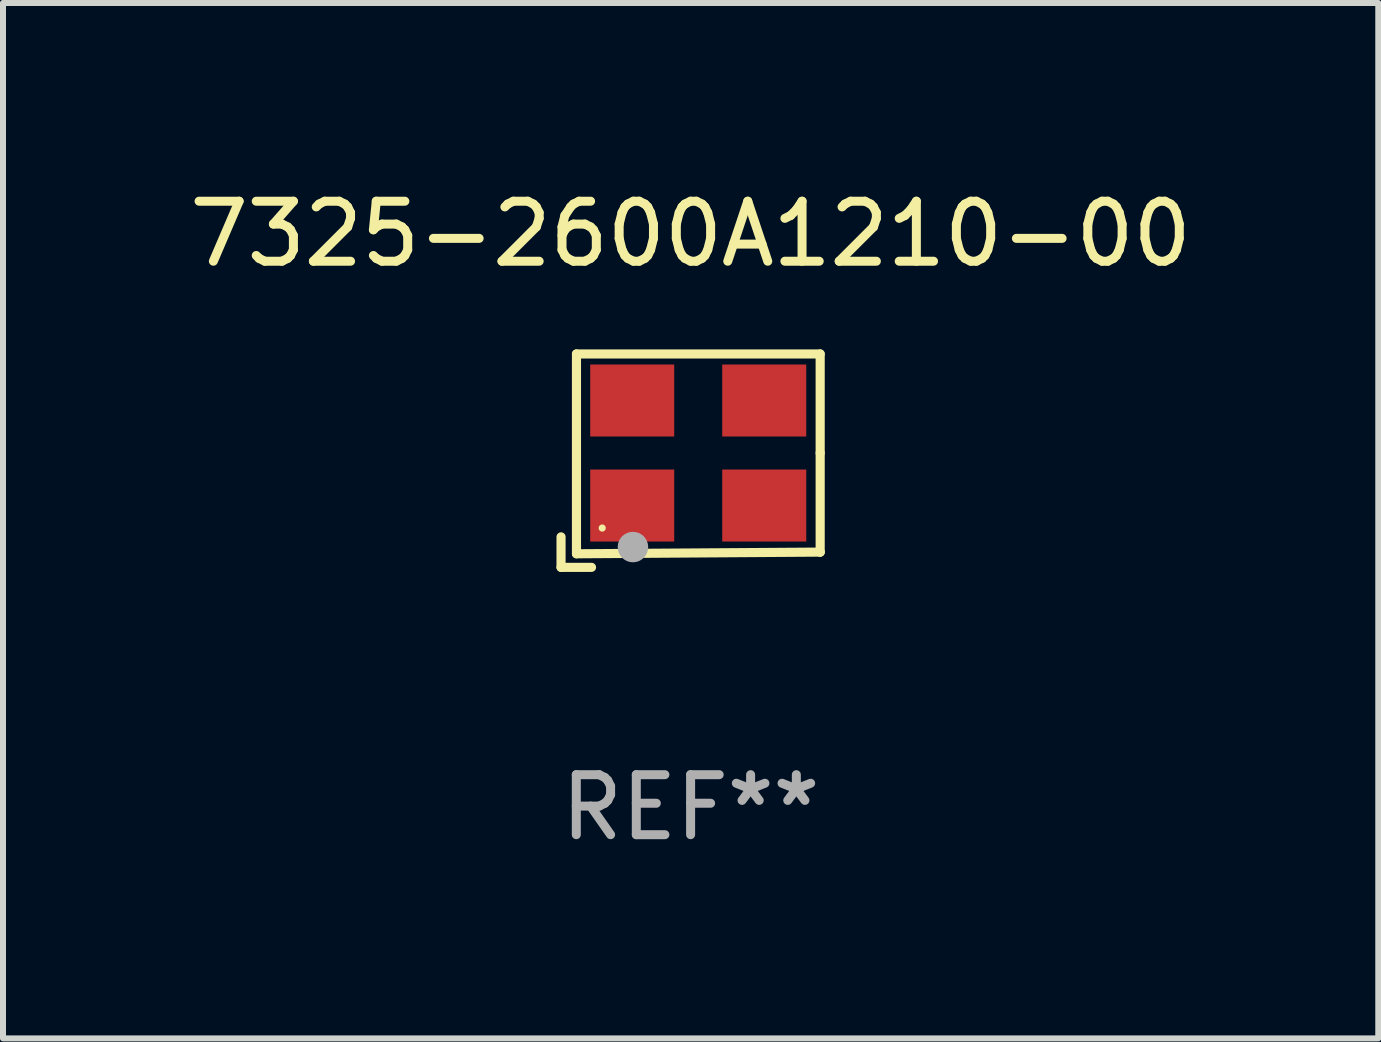
<source format=kicad_pcb>
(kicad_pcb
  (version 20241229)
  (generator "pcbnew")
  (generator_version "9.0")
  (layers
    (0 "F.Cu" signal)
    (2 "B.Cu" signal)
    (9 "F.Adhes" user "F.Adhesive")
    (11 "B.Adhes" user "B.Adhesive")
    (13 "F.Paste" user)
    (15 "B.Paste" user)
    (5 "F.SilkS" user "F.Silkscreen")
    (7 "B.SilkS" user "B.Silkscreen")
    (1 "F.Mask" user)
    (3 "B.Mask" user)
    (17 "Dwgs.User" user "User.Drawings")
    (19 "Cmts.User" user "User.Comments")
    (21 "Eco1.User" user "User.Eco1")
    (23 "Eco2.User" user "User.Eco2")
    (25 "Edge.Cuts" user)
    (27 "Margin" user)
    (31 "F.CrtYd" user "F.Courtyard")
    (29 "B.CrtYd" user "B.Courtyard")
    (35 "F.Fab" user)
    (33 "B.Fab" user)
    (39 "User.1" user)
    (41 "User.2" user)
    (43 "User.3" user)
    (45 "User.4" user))
  (footprint "7325-2600A1210-00"
    (layer "F.Cu")
    (at 8.458 4.626)
    (property "Reference" "7325-2600A1210-00" (at 0 -3.778 0) (layer "F.SilkS") (effects (font (size 1 1) (thickness 0.15))))
    (attr through_hole)
    (fp_line (start -2.159 1.27) (end -2.159 1.778) (stroke (width 0.152) (type solid)) (layer "F.SilkS"))
    (fp_line (start -2.159 1.778) (end -1.651 1.778) (stroke (width 0.152) (type solid)) (layer "F.SilkS"))
    (fp_line (start -1.902 -1.778) (end 2.159 -1.778) (stroke (width 0.152) (type solid)) (layer "F.SilkS"))
    (fp_line (start -1.902 1.552) (end -1.902 -1.778) (stroke (width 0.152) (type solid)) (layer "F.SilkS"))
    (fp_line (start 2.159 -1.778) (end 2.159 -0.127) (stroke (width 0.152) (type solid)) (layer "F.SilkS"))
    (fp_line (start 2.159 -0.127) (end 2.159 1.524) (stroke (width 0.152) (type solid)) (layer "F.SilkS"))
    (fp_line (start 2.159 1.524) (end -1.902 1.552) (stroke (width 0.152) (type solid)) (layer "F.SilkS"))
    (fp_line (start 2.159 1.524) (end 2.159 1.524) (stroke (width 0.152) (type solid)) (layer "F.SilkS"))
    (fp_circle (center -1.473 1.123) (end -1.443 1.123) (stroke (width 0.06) (type solid)) (fill no) (layer "F.SilkS"))
    (fp_circle (center -0.961 1.44) (end -0.834 1.44) (stroke (width 0.254) (type solid)) (fill no) (layer "F.Fab"))
    (fp_text user "REF**" (at 0 5.778 0) (layer "F.Fab") (effects (font (size 1 1) (thickness 0.15))))
    (pad "1" smd rect (at -0.973 0.748) (size 1.4 1.2) (layers "F.Cu" "F.Mask" "F.Paste"))
    (pad "2" smd rect (at 1.227 0.748) (size 1.4 1.2) (layers "F.Cu" "F.Mask" "F.Paste"))
    (pad "3" smd rect (at 1.227 -1.002) (size 1.4 1.2) (layers "F.Cu" "F.Mask" "F.Paste"))
    (pad "4" smd rect (at -0.973 -1.002) (size 1.4 1.2) (layers "F.Cu" "F.Mask" "F.Paste")))
  (gr_rect
    (start -3 -3)
    (end 19.917 14.253)
    (stroke (width 0.1) (type default))
    (fill no)
    (layer "Edge.Cuts")))
</source>
